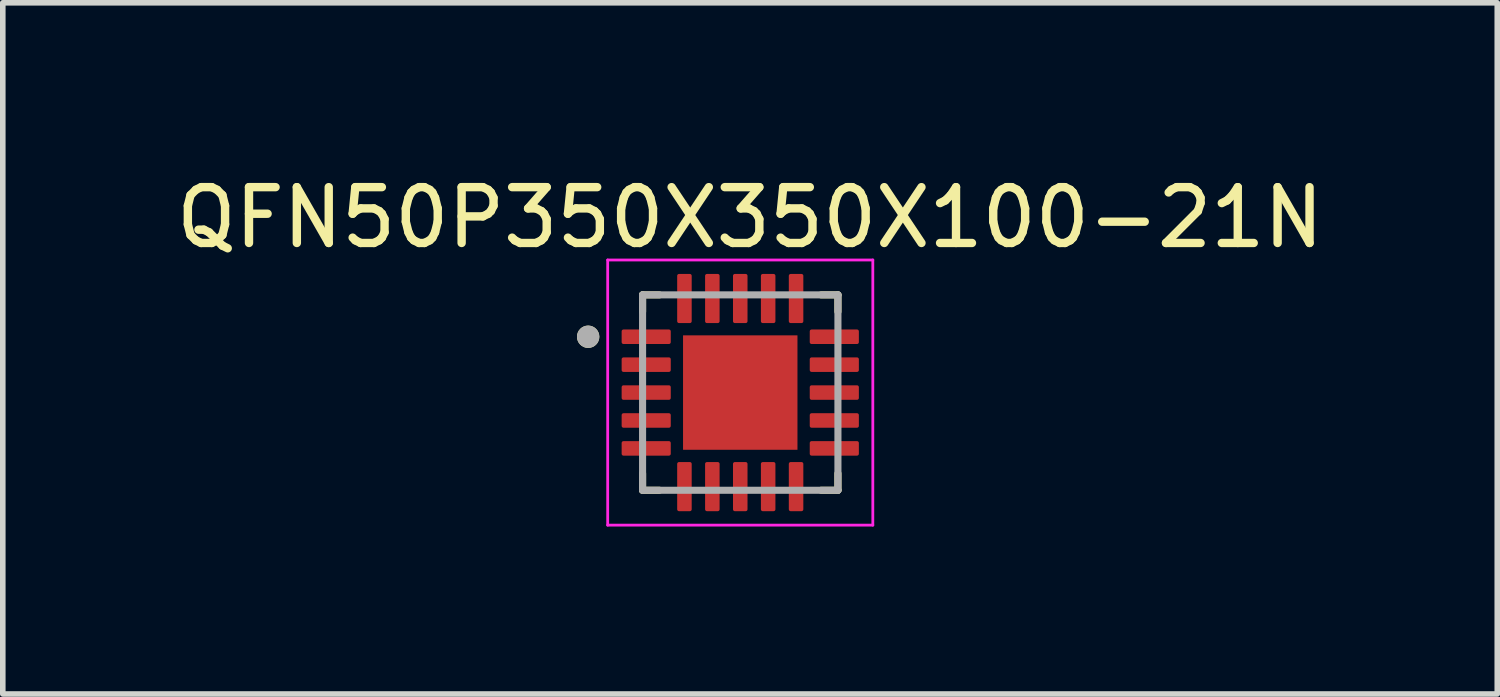
<source format=kicad_pcb>
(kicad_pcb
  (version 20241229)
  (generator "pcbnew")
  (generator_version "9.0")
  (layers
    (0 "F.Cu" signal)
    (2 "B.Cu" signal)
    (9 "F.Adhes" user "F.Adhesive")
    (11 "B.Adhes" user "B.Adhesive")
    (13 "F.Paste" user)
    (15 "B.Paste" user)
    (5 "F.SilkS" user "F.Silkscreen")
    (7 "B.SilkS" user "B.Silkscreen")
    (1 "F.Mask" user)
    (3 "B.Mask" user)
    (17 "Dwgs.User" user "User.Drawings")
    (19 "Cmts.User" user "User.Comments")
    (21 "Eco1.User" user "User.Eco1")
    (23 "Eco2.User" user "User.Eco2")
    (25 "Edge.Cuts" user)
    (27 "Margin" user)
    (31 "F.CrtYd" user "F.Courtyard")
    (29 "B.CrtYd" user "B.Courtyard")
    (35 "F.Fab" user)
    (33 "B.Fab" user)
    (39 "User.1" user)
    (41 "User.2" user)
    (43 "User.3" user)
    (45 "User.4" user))
  (footprint "QFN50P350X350X100-21N"
    (layer "F.Cu")
    (at 10.212 3.983)
    (property "Reference" "QFN50P350X350X100-21N" (at 0.175 -3.135 0) (layer "F.SilkS") (effects (font (size 1 1) (thickness 0.15))))
    (attr smd)
    (fp_line (start -1.75 -1.75) (end -1.75 -1.45) (stroke (width 0.127) (type solid)) (layer "F.SilkS"))
    (fp_line (start -1.75 -1.75) (end -1.45 -1.75) (stroke (width 0.127) (type solid)) (layer "F.SilkS"))
    (fp_line (start -1.75 1.75) (end -1.75 1.45) (stroke (width 0.127) (type solid)) (layer "F.SilkS"))
    (fp_line (start -1.75 1.75) (end -1.45 1.75) (stroke (width 0.127) (type solid)) (layer "F.SilkS"))
    (fp_line (start 1.75 -1.75) (end 1.45 -1.75) (stroke (width 0.127) (type solid)) (layer "F.SilkS"))
    (fp_line (start 1.75 -1.75) (end 1.75 -1.45) (stroke (width 0.127) (type solid)) (layer "F.SilkS"))
    (fp_line (start 1.75 1.75) (end 1.45 1.75) (stroke (width 0.127) (type solid)) (layer "F.SilkS"))
    (fp_line (start 1.75 1.75) (end 1.75 1.45) (stroke (width 0.127) (type solid)) (layer "F.SilkS"))
    (fp_circle (center -2.725 -1) (end -2.625 -1) (stroke (width 0.2) (type solid)) (fill no) (layer "F.SilkS"))
    (fp_poly (pts (xy -0.65 -0.65) (xy 0.65 -0.65) (xy 0.65 0.65) (xy -0.65 0.65)) (stroke (width 0.01) (type solid)) (fill yes) (layer "F.Paste"))
    (fp_line (start -2.375 -2.375) (end 2.375 -2.375) (stroke (width 0.05) (type solid)) (layer "F.CrtYd"))
    (fp_line (start -2.375 2.375) (end -2.375 -2.375) (stroke (width 0.05) (type solid)) (layer "F.CrtYd"))
    (fp_line (start -2.375 2.375) (end 2.375 2.375) (stroke (width 0.05) (type solid)) (layer "F.CrtYd"))
    (fp_line (start 2.375 2.375) (end 2.375 -2.375) (stroke (width 0.05) (type solid)) (layer "F.CrtYd"))
    (fp_line (start -1.75 1.75) (end -1.75 -1.75) (stroke (width 0.127) (type solid)) (layer "F.Fab"))
    (fp_line (start 1.75 -1.75) (end -1.75 -1.75) (stroke (width 0.127) (type solid)) (layer "F.Fab"))
    (fp_line (start 1.75 1.75) (end -1.75 1.75) (stroke (width 0.127) (type solid)) (layer "F.Fab"))
    (fp_line (start 1.75 1.75) (end 1.75 -1.75) (stroke (width 0.127) (type solid)) (layer "F.Fab"))
    (fp_circle (center -2.725 -1) (end -2.625 -1) (stroke (width 0.2) (type solid)) (fill no) (layer "F.Fab"))
    (pad "1" smd roundrect (at -1.685 -1) (size 0.88 0.26) (layers "F.Cu" "F.Mask" "F.Paste") (roundrect_rratio 0.125))
    (pad "2" smd roundrect (at -1.685 -0.5) (size 0.88 0.26) (layers "F.Cu" "F.Mask" "F.Paste") (roundrect_rratio 0.125))
    (pad "3" smd roundrect (at -1.685 0) (size 0.88 0.26) (layers "F.Cu" "F.Mask" "F.Paste") (roundrect_rratio 0.125))
    (pad "4" smd roundrect (at -1.685 0.5) (size 0.88 0.26) (layers "F.Cu" "F.Mask" "F.Paste") (roundrect_rratio 0.125))
    (pad "5" smd roundrect (at -1.685 1) (size 0.88 0.26) (layers "F.Cu" "F.Mask" "F.Paste") (roundrect_rratio 0.125))
    (pad "6" smd roundrect (at -1 1.685) (size 0.26 0.88) (layers "F.Cu" "F.Mask" "F.Paste") (roundrect_rratio 0.125))
    (pad "7" smd roundrect (at -0.5 1.685) (size 0.26 0.88) (layers "F.Cu" "F.Mask" "F.Paste") (roundrect_rratio 0.125))
    (pad "8" smd roundrect (at 0 1.685) (size 0.26 0.88) (layers "F.Cu" "F.Mask" "F.Paste") (roundrect_rratio 0.125))
    (pad "9" smd roundrect (at 0.5 1.685) (size 0.26 0.88) (layers "F.Cu" "F.Mask" "F.Paste") (roundrect_rratio 0.125))
    (pad "10" smd roundrect (at 1 1.685) (size 0.26 0.88) (layers "F.Cu" "F.Mask" "F.Paste") (roundrect_rratio 0.125))
    (pad "11" smd roundrect (at 1.685 1) (size 0.88 0.26) (layers "F.Cu" "F.Mask" "F.Paste") (roundrect_rratio 0.125))
    (pad "12" smd roundrect (at 1.685 0.5) (size 0.88 0.26) (layers "F.Cu" "F.Mask" "F.Paste") (roundrect_rratio 0.125))
    (pad "13" smd roundrect (at 1.685 0) (size 0.88 0.26) (layers "F.Cu" "F.Mask" "F.Paste") (roundrect_rratio 0.125))
    (pad "14" smd roundrect (at 1.685 -0.5) (size 0.88 0.26) (layers "F.Cu" "F.Mask" "F.Paste") (roundrect_rratio 0.125))
    (pad "15" smd roundrect (at 1.685 -1) (size 0.88 0.26) (layers "F.Cu" "F.Mask" "F.Paste") (roundrect_rratio 0.125))
    (pad "16" smd roundrect (at 1 -1.685) (size 0.26 0.88) (layers "F.Cu" "F.Mask" "F.Paste") (roundrect_rratio 0.125))
    (pad "17" smd roundrect (at 0.5 -1.685) (size 0.26 0.88) (layers "F.Cu" "F.Mask" "F.Paste") (roundrect_rratio 0.125))
    (pad "18" smd roundrect (at 0 -1.685) (size 0.26 0.88) (layers "F.Cu" "F.Mask" "F.Paste") (roundrect_rratio 0.125))
    (pad "19" smd roundrect (at -0.5 -1.685) (size 0.26 0.88) (layers "F.Cu" "F.Mask" "F.Paste") (roundrect_rratio 0.125))
    (pad "20" smd roundrect (at -1 -1.685) (size 0.26 0.88) (layers "F.Cu" "F.Mask" "F.Paste") (roundrect_rratio 0.125))
    (pad "21" smd rect (at 0 0) (size 2.05 2.05) (layers "F.Cu" "F.Mask")))
  (gr_rect
    (start -3 -3)
    (end 23.774 9.383)
    (stroke (width 0.1) (type default))
    (fill no)
    (layer "Edge.Cuts")))
</source>
